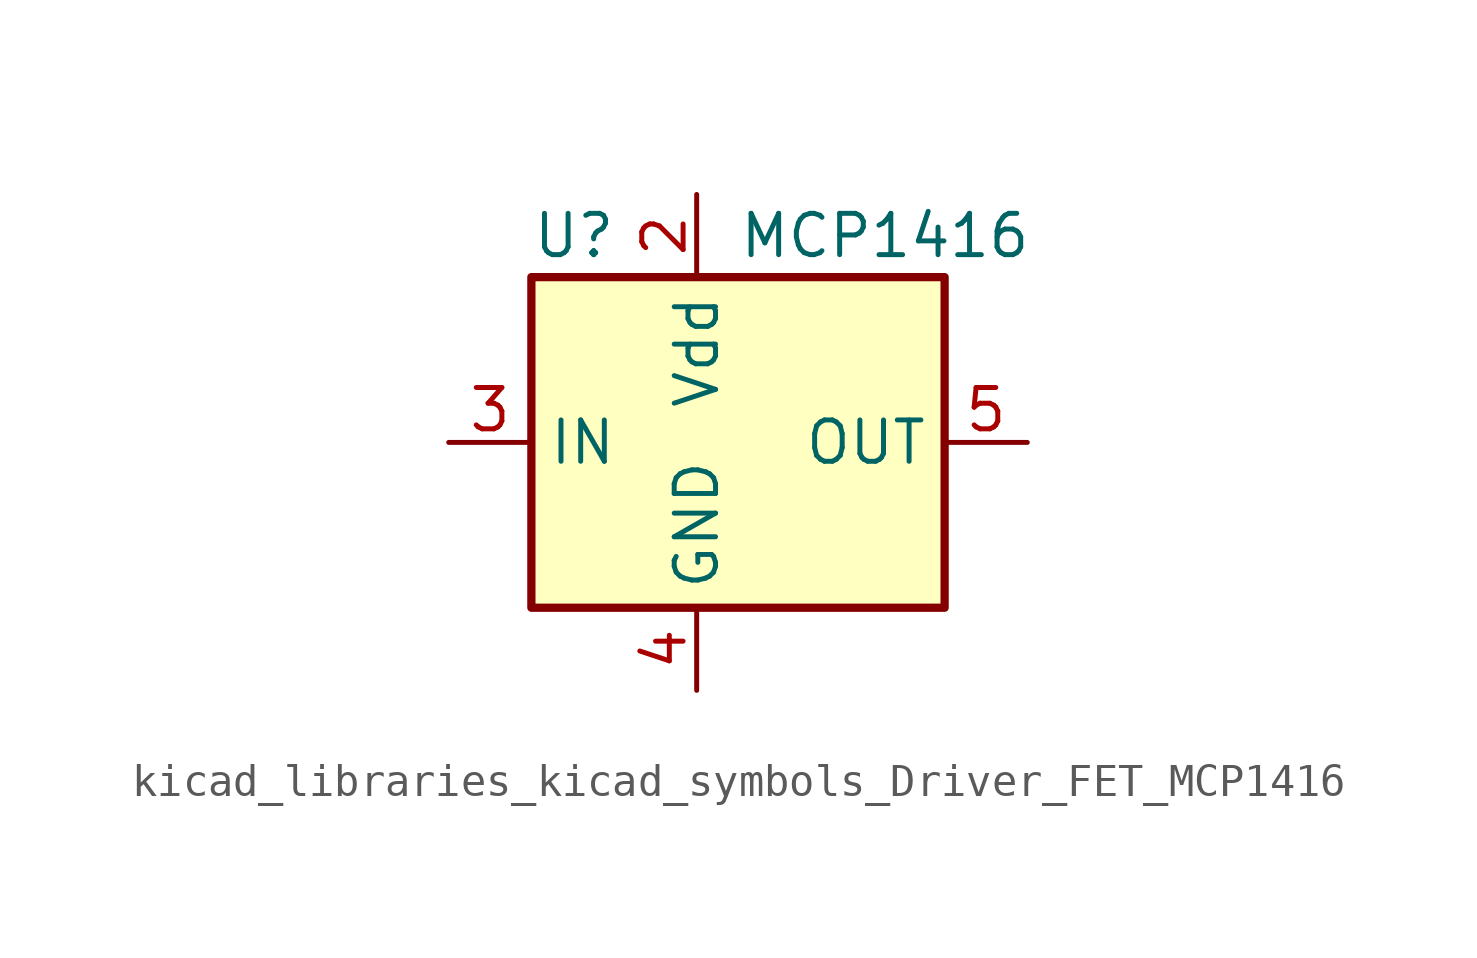
<source format=kicad_sym>
(kicad_symbol_lib
  (version 20220914)
  (generator kicad_symbol_editor)
  (symbol "kicad_libraries_kicad_symbols_Driver_FET_MCP1416"
    (property "Reference" "U"
      (at -5.08 6.35 0)
      (effects (font (size 1.27 1.27)) (justify left)))
    (property "Value" "MCP1416"
      (at 1.27 6.35 0)
      (effects (font (size 1.27 1.27)) (justify left)))
    (symbol "kicad_libraries_kicad_symbols_Driver_FET_MCP1416_0_1"
      (rectangle (start -5.08 5.08) (end 7.62 -5.08) (stroke (width 0.254) (type default)) (fill (type background))))
    (symbol "kicad_libraries_kicad_symbols_Driver_FET_MCP1416_1_1"
      (pin no_connect line (at 7.62 -2.54 180) (length 2.54) hide (name "NC" (effects (font (size 1.27 1.27)))) (number "1" (effects (font (size 1.27 1.27)))))
      (pin power_in line (at 0 7.62 270) (length 2.54) (name "Vdd" (effects (font (size 1.27 1.27)))) (number "2" (effects (font (size 1.27 1.27)))))
      (pin input line (at -7.62 0 0) (length 2.54) (name "IN" (effects (font (size 1.27 1.27)))) (number "3" (effects (font (size 1.27 1.27)))))
      (pin power_in line (at 0 -7.62 90) (length 2.54) (name "GND" (effects (font (size 1.27 1.27)))) (number "4" (effects (font (size 1.27 1.27)))))
      (pin output line (at 10.16 0 180) (length 2.54) (name "OUT" (effects (font (size 1.27 1.27)))) (number "5" (effects (font (size 1.27 1.27))))))))
</source>
